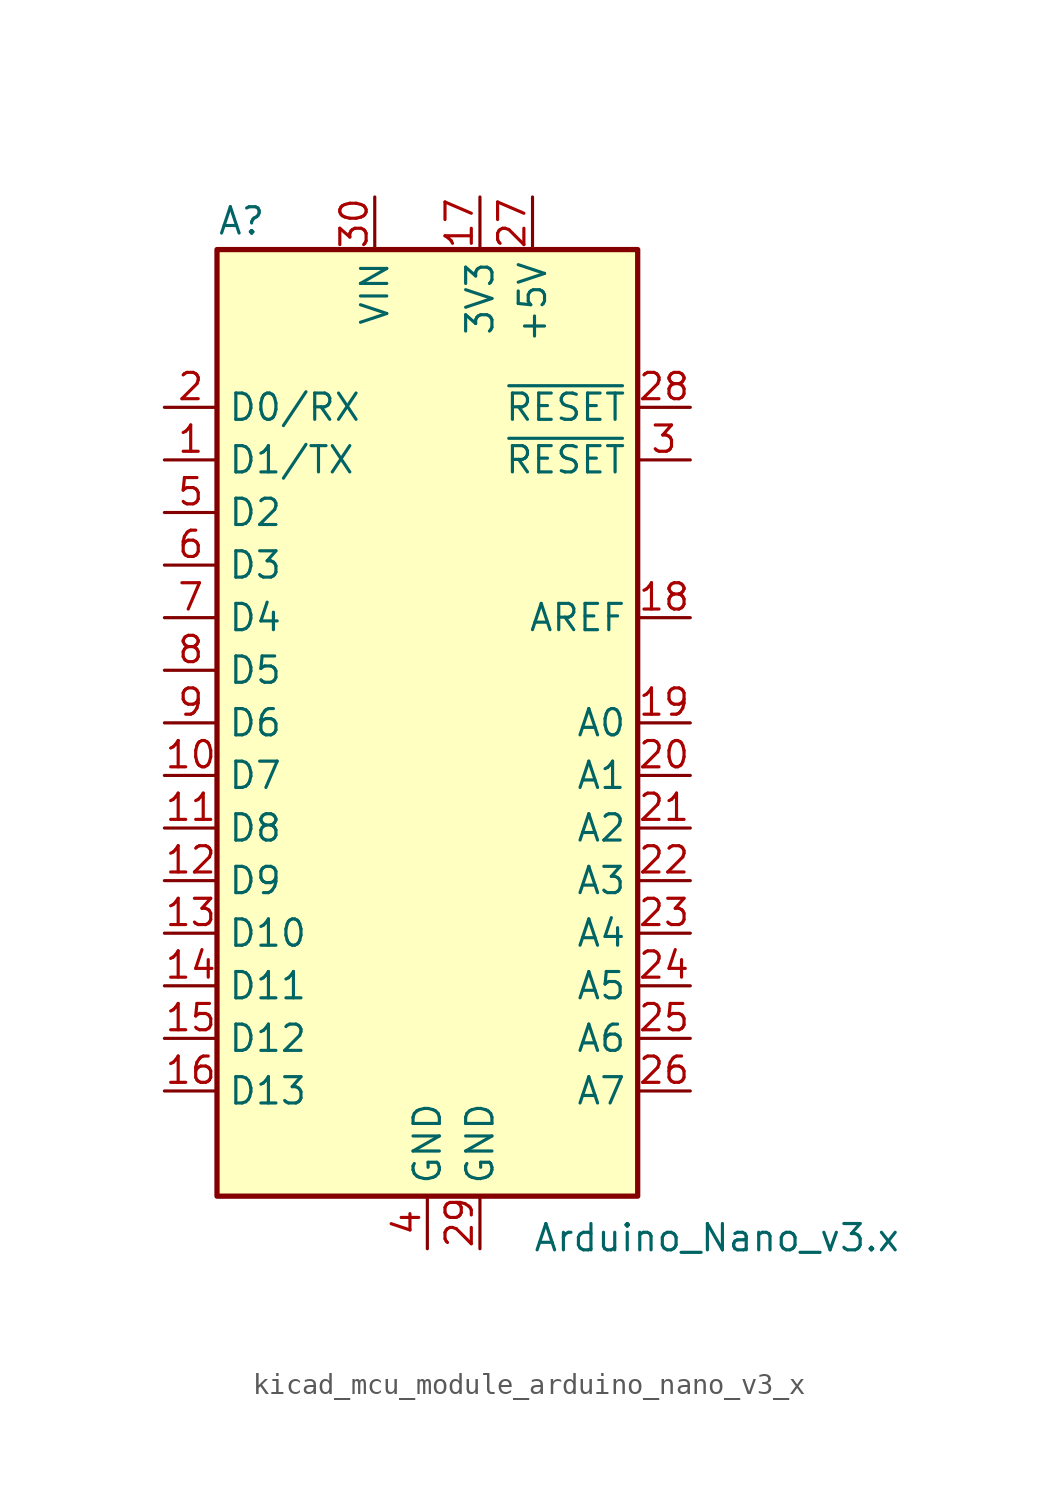
<source format=kicad_sym>
(kicad_symbol_lib
  (version 20220914)
  (generator kicad_symbol_editor)
  (symbol "kicad_mcu_module_arduino_nano_v3_x"
    (property "Reference" "A"
      (at -10.16 23.495 0)
      (effects (font (size 1.27 1.27)) (justify left bottom)))
    (property "Value" "Arduino_Nano_v3.x"
      (at 5.08 -24.13 0)
      (effects (font (size 1.27 1.27)) (justify left top)))
    (symbol "kicad_mcu_module_arduino_nano_v3_x_0_1"
      (rectangle (start -10.16 22.86) (end 10.16 -22.86) (stroke (width 0.254) (type default)) (fill (type background))))
    (symbol "kicad_mcu_module_arduino_nano_v3_x_1_1"
      (pin bidirectional line (at -12.7 12.7 0) (length 2.54) (name "D1/TX" (effects (font (size 1.27 1.27)))) (number "1" (effects (font (size 1.27 1.27)))))
      (pin bidirectional line (at -12.7 -2.54 0) (length 2.54) (name "D7" (effects (font (size 1.27 1.27)))) (number "10" (effects (font (size 1.27 1.27)))))
      (pin bidirectional line (at -12.7 -5.08 0) (length 2.54) (name "D8" (effects (font (size 1.27 1.27)))) (number "11" (effects (font (size 1.27 1.27)))))
      (pin bidirectional line (at -12.7 -7.62 0) (length 2.54) (name "D9" (effects (font (size 1.27 1.27)))) (number "12" (effects (font (size 1.27 1.27)))))
      (pin bidirectional line (at -12.7 -10.16 0) (length 2.54) (name "D10" (effects (font (size 1.27 1.27)))) (number "13" (effects (font (size 1.27 1.27)))))
      (pin bidirectional line (at -12.7 -12.7 0) (length 2.54) (name "D11" (effects (font (size 1.27 1.27)))) (number "14" (effects (font (size 1.27 1.27)))))
      (pin bidirectional line (at -12.7 -15.24 0) (length 2.54) (name "D12" (effects (font (size 1.27 1.27)))) (number "15" (effects (font (size 1.27 1.27)))))
      (pin bidirectional line (at -12.7 -17.78 0) (length 2.54) (name "D13" (effects (font (size 1.27 1.27)))) (number "16" (effects (font (size 1.27 1.27)))))
      (pin power_out line (at 2.54 25.4 270) (length 2.54) (name "3V3" (effects (font (size 1.27 1.27)))) (number "17" (effects (font (size 1.27 1.27)))))
      (pin input line (at 12.7 5.08 180) (length 2.54) (name "AREF" (effects (font (size 1.27 1.27)))) (number "18" (effects (font (size 1.27 1.27)))))
      (pin bidirectional line (at 12.7 0 180) (length 2.54) (name "A0" (effects (font (size 1.27 1.27)))) (number "19" (effects (font (size 1.27 1.27)))))
      (pin bidirectional line (at -12.7 15.24 0) (length 2.54) (name "D0/RX" (effects (font (size 1.27 1.27)))) (number "2" (effects (font (size 1.27 1.27)))))
      (pin bidirectional line (at 12.7 -2.54 180) (length 2.54) (name "A1" (effects (font (size 1.27 1.27)))) (number "20" (effects (font (size 1.27 1.27)))))
      (pin bidirectional line (at 12.7 -5.08 180) (length 2.54) (name "A2" (effects (font (size 1.27 1.27)))) (number "21" (effects (font (size 1.27 1.27)))))
      (pin bidirectional line (at 12.7 -7.62 180) (length 2.54) (name "A3" (effects (font (size 1.27 1.27)))) (number "22" (effects (font (size 1.27 1.27)))))
      (pin bidirectional line (at 12.7 -10.16 180) (length 2.54) (name "A4" (effects (font (size 1.27 1.27)))) (number "23" (effects (font (size 1.27 1.27)))))
      (pin bidirectional line (at 12.7 -12.7 180) (length 2.54) (name "A5" (effects (font (size 1.27 1.27)))) (number "24" (effects (font (size 1.27 1.27)))))
      (pin bidirectional line (at 12.7 -15.24 180) (length 2.54) (name "A6" (effects (font (size 1.27 1.27)))) (number "25" (effects (font (size 1.27 1.27)))))
      (pin bidirectional line (at 12.7 -17.78 180) (length 2.54) (name "A7" (effects (font (size 1.27 1.27)))) (number "26" (effects (font (size 1.27 1.27)))))
      (pin power_out line (at 5.08 25.4 270) (length 2.54) (name "+5V" (effects (font (size 1.27 1.27)))) (number "27" (effects (font (size 1.27 1.27)))))
      (pin input line (at 12.7 15.24 180) (length 2.54) (name "~{RESET}" (effects (font (size 1.27 1.27)))) (number "28" (effects (font (size 1.27 1.27)))))
      (pin power_in line (at 2.54 -25.4 90) (length 2.54) (name "GND" (effects (font (size 1.27 1.27)))) (number "29" (effects (font (size 1.27 1.27)))))
      (pin input line (at 12.7 12.7 180) (length 2.54) (name "~{RESET}" (effects (font (size 1.27 1.27)))) (number "3" (effects (font (size 1.27 1.27)))))
      (pin power_in line (at -2.54 25.4 270) (length 2.54) (name "VIN" (effects (font (size 1.27 1.27)))) (number "30" (effects (font (size 1.27 1.27)))))
      (pin power_in line (at 0 -25.4 90) (length 2.54) (name "GND" (effects (font (size 1.27 1.27)))) (number "4" (effects (font (size 1.27 1.27)))))
      (pin bidirectional line (at -12.7 10.16 0) (length 2.54) (name "D2" (effects (font (size 1.27 1.27)))) (number "5" (effects (font (size 1.27 1.27)))))
      (pin bidirectional line (at -12.7 7.62 0) (length 2.54) (name "D3" (effects (font (size 1.27 1.27)))) (number "6" (effects (font (size 1.27 1.27)))))
      (pin bidirectional line (at -12.7 5.08 0) (length 2.54) (name "D4" (effects (font (size 1.27 1.27)))) (number "7" (effects (font (size 1.27 1.27)))))
      (pin bidirectional line (at -12.7 2.54 0) (length 2.54) (name "D5" (effects (font (size 1.27 1.27)))) (number "8" (effects (font (size 1.27 1.27)))))
      (pin bidirectional line (at -12.7 0 0) (length 2.54) (name "D6" (effects (font (size 1.27 1.27)))) (number "9" (effects (font (size 1.27 1.27))))))))
</source>
